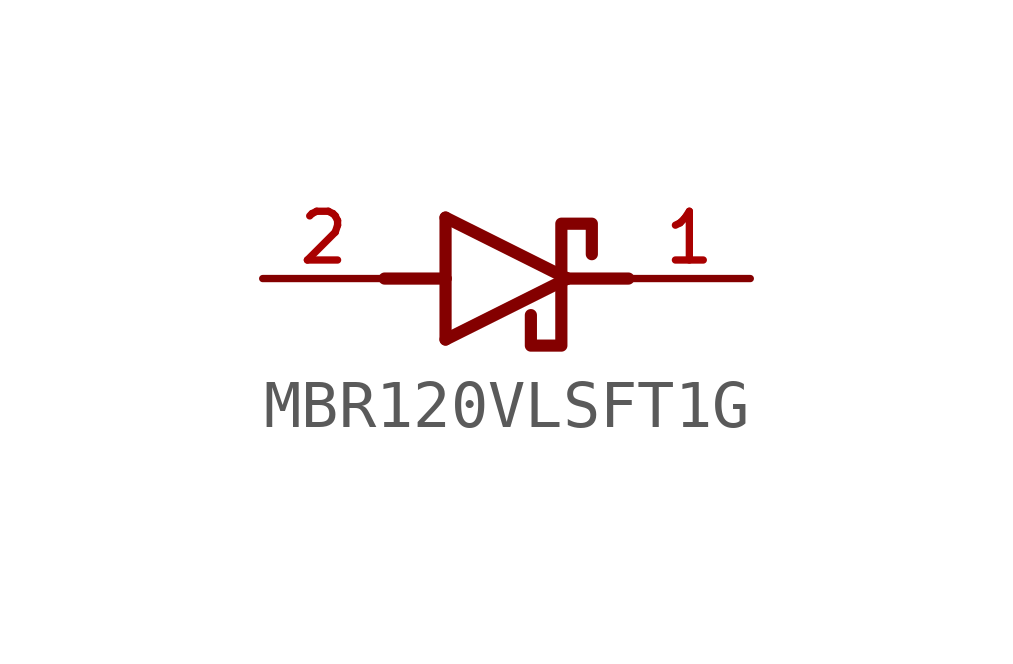
<source format=kicad_sym>
(kicad_symbol_lib
  (version 20231120)
  (generator "kicad_symbol_editor")
  (generator_version "8.0")
  (symbol "MBR120VLSFT1G"
    (pin_names
      (offset 1.016))
    (property "Reference" "D"
      (at -5.08 2.54 0)
      (effects (font (size 1.27 1.27)) (justify left bottom) (hide yes)))
    (symbol "MBR120VLSFT1G_0_0"
      (polyline (pts (xy -2.54 0) (xy -1.27 0)) (stroke (width 0.254) (type default)) (fill (type none)))
      (polyline (pts (xy -1.27 -1.27) (xy 1.27 0)) (stroke (width 0.254) (type default)) (fill (type none)))
      (polyline (pts (xy -1.27 0) (xy -1.27 -1.27)) (stroke (width 0.254) (type default)) (fill (type none)))
      (polyline (pts (xy -1.27 1.27) (xy -1.27 0)) (stroke (width 0.254) (type default)) (fill (type none)))
      (polyline (pts (xy 1.27 0) (xy -1.27 1.27)) (stroke (width 0.254) (type default)) (fill (type none)))
      (polyline (pts (xy 1.27 0) (xy 2.54 0)) (stroke (width 0.254) (type default)) (fill (type none)))
      (pin passive line (at 5.08 0 180) (length 2.54) (name "~" (effects (font (size 1.016 1.016)))) (number "1" (effects (font (size 1.016 1.016)))))
      (pin passive line (at -5.08 0 0) (length 2.54) (name "~" (effects (font (size 1.016 1.016)))) (number "2" (effects (font (size 1.016 1.016))))))
    (symbol "MBR120VLSFT1G_0_1"
      (polyline (pts (xy 0.508 -0.762) (xy 0.508 -1.397) (xy 1.143 -1.397) (xy 1.143 1.143) (xy 1.778 1.143) (xy 1.778 0.508)) (stroke (width 0.254) (type default)) (fill (type none))))))
</source>
